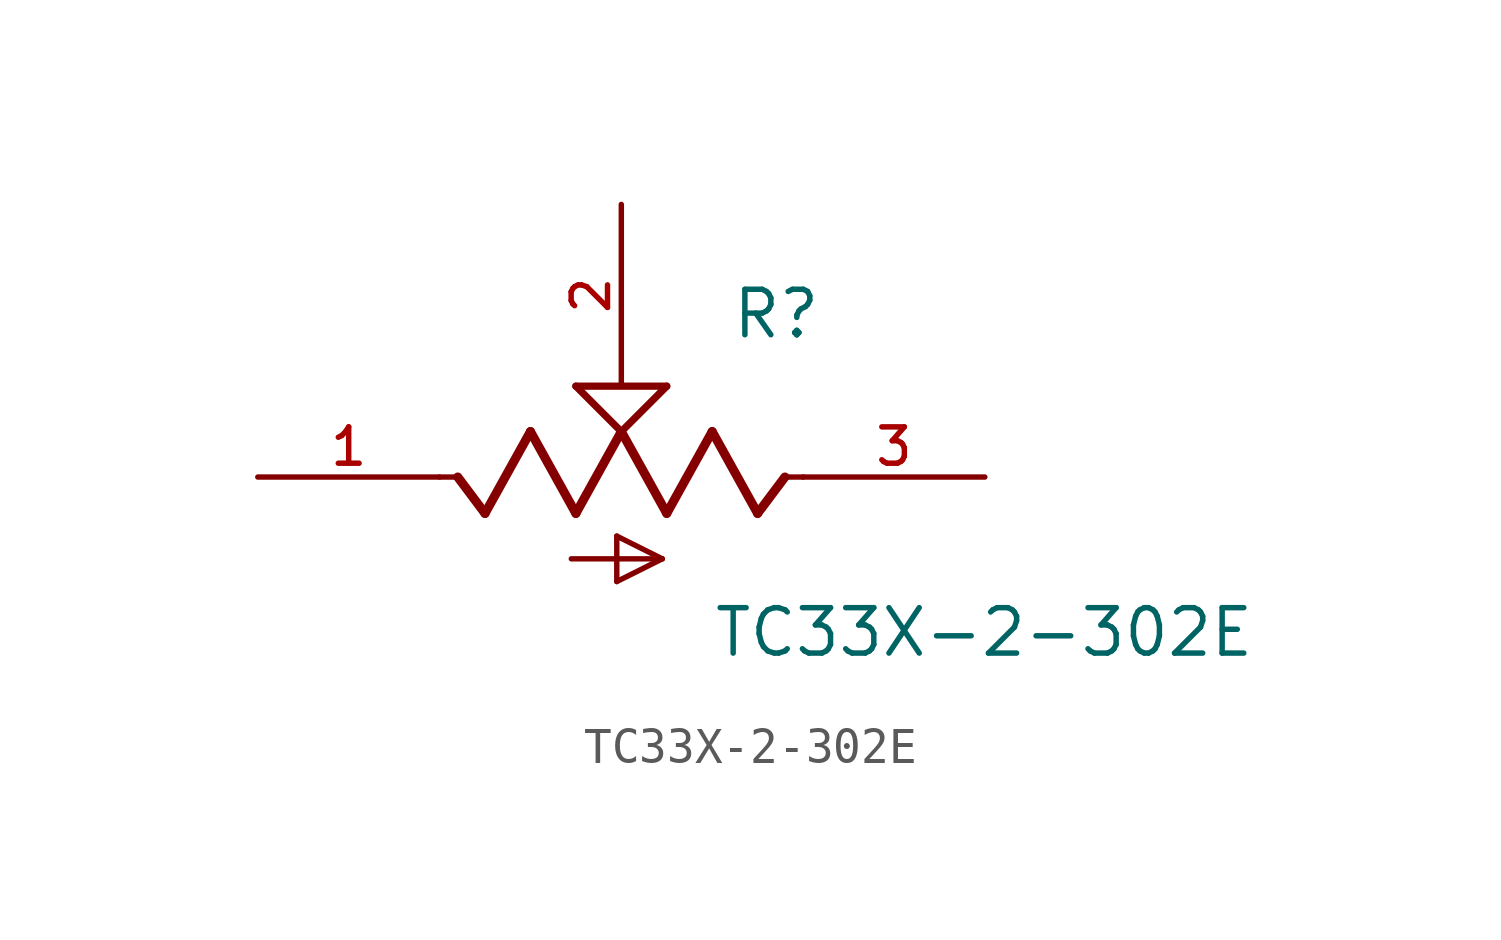
<source format=kicad_sym>
(kicad_symbol_lib
  (version 20211014)
  (generator kicad_symbol_editor)
  (symbol "TC33X-2-302E"
    (pin_names
      (offset 1.016))
    (property "Reference" "R"
      (at 3.051 3.814 0)
      (effects (font (size 1.27 1.27)) (justify bottom left)))
    (property "Value" "TC33X-2-302E"
      (at 2.542 -5.084 0)
      (effects (font (size 1.27 1.27)) (justify bottom left)))
    (symbol "TC33X-2-302E_0_0"
      (polyline (pts (xy 5.08 0.0) (xy 4.572 0.0)) (stroke (width 0.152)))
      (polyline (pts (xy 4.572 0.0) (xy 3.81 -1.016)) (stroke (width 0.254)))
      (polyline (pts (xy 3.81 -1.016) (xy 2.54 1.27)) (stroke (width 0.254)))
      (polyline (pts (xy 2.54 1.27) (xy 1.27 -1.016)) (stroke (width 0.254)))
      (polyline (pts (xy 1.27 -1.016) (xy 0.0 1.27)) (stroke (width 0.254)))
      (polyline (pts (xy 0.0 1.27) (xy -1.27 -1.016)) (stroke (width 0.254)))
      (polyline (pts (xy -1.27 -1.016) (xy -2.54 1.27)) (stroke (width 0.254)))
      (polyline (pts (xy -2.54 1.27) (xy -3.81 -1.016)) (stroke (width 0.254)))
      (polyline (pts (xy -3.81 -1.016) (xy -4.572 0.0)) (stroke (width 0.254)))
      (polyline (pts (xy -4.572 0.0) (xy -5.08 0.0)) (stroke (width 0.152)))
      (polyline (pts (xy 0.0 1.27) (xy -1.27 2.54)) (stroke (width 0.203)))
      (polyline (pts (xy 1.27 2.54) (xy 0.0 1.27)) (stroke (width 0.203)))
      (polyline (pts (xy -1.27 2.54) (xy 1.27 2.54)) (stroke (width 0.203)))
      (polyline (pts (xy -1.397 -2.286) (xy 1.143 -2.286)) (stroke (width 0.152)))
      (polyline (pts (xy 1.143 -2.286) (xy -0.127 -2.921)) (stroke (width 0.152)))
      (polyline (pts (xy -0.127 -2.921) (xy -0.127 -1.651)) (stroke (width 0.152)))
      (polyline (pts (xy -0.127 -1.651) (xy 1.143 -2.286)) (stroke (width 0.152)))
      (pin passive line (at 10.16 0.0 180.0) (length 5.08) (name "~" (effects (font (size 1.016 1.016)))) (number "3" (effects (font (size 1.016 1.016)))))
      (pin passive line (at 0.0 7.62 270.0) (length 5.08) (name "~" (effects (font (size 1.016 1.016)))) (number "2" (effects (font (size 1.016 1.016)))))
      (pin passive line (at -10.16 0.0 0) (length 5.08) (name "~" (effects (font (size 1.016 1.016)))) (number "1" (effects (font (size 1.016 1.016))))))))
</source>
